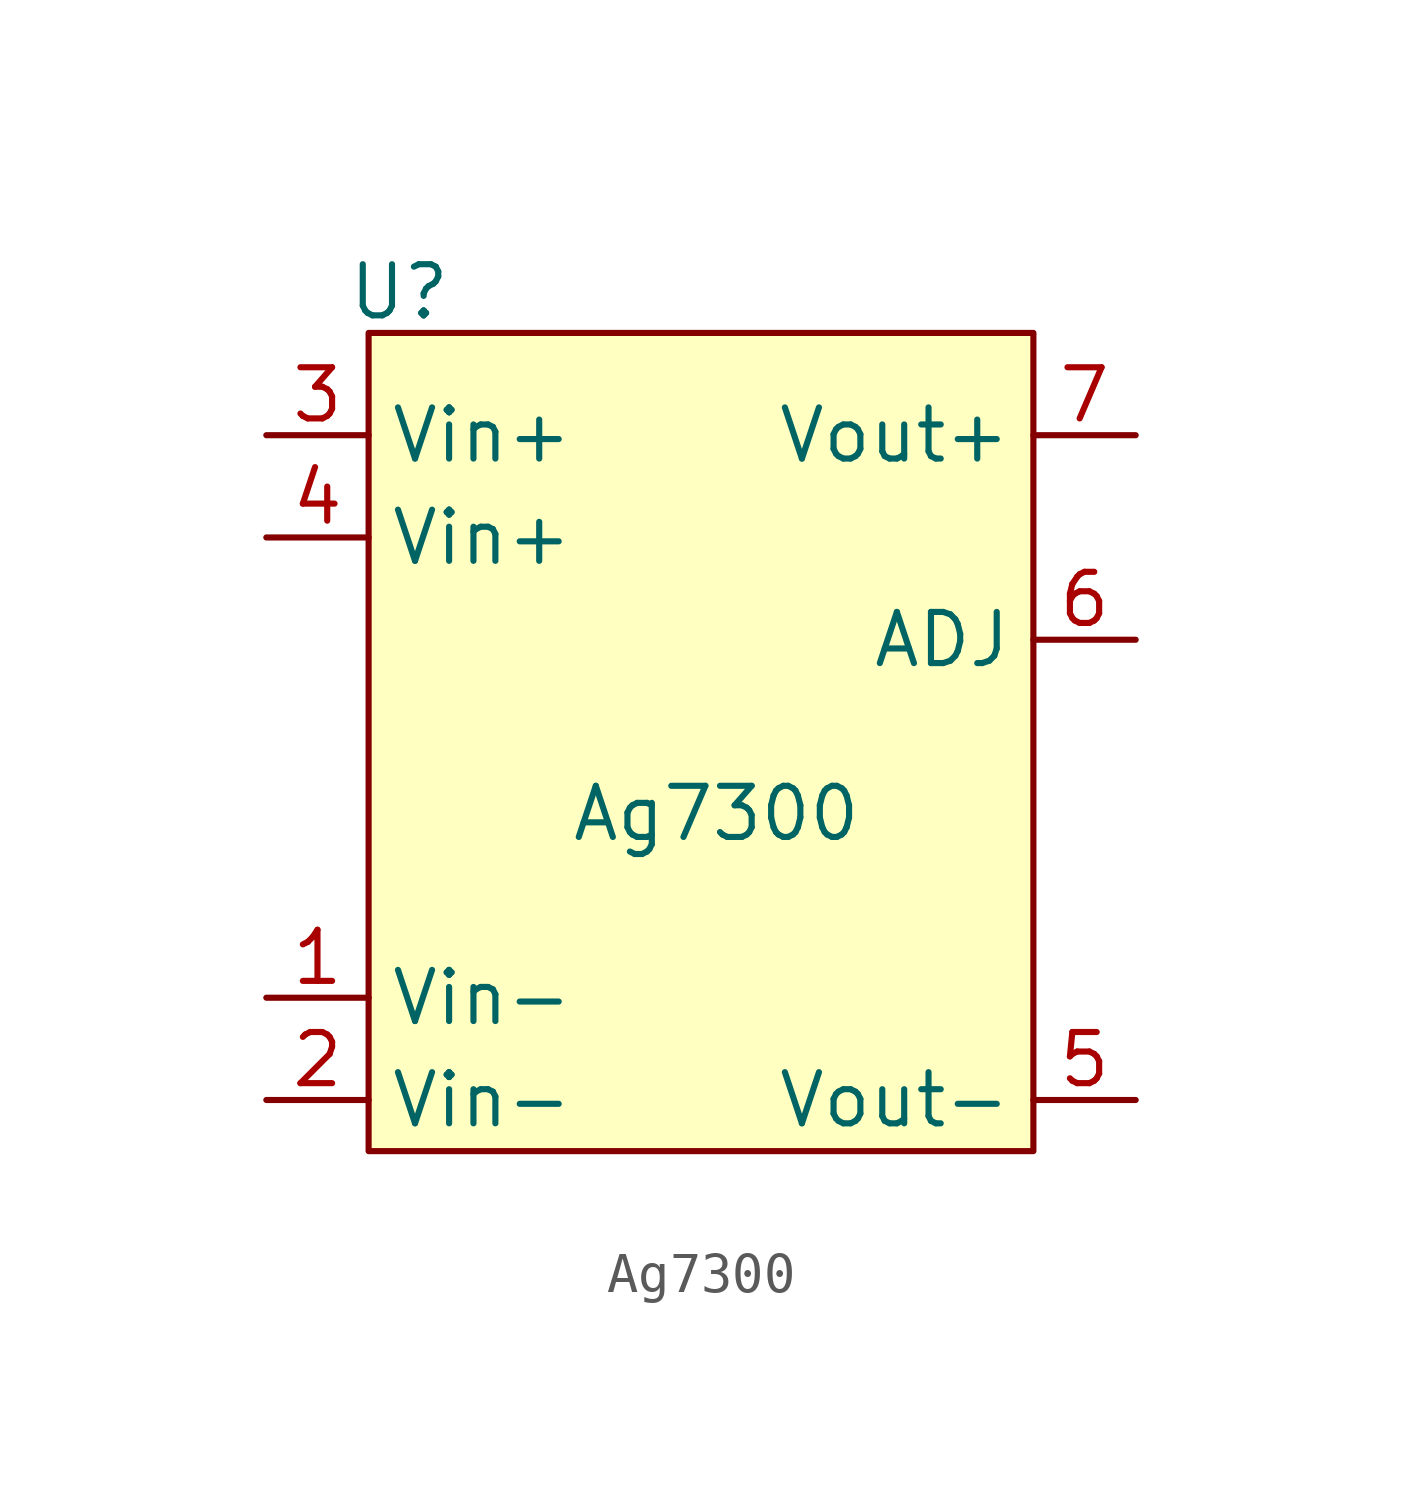
<source format=kicad_sym>
(kicad_symbol_lib
  (version 20241209)
  (generator "kicad_symbol_editor")
  (generator_version "9.0")
  (symbol "Ag7300"
    (property "Reference" "U"
      (at -8.128 11.176 0)
      (effects (font (size 1.27 1.27))))
    (property "Value" "Ag7300"
      (at -0.254 -1.778 0)
      (effects (font (size 1.27 1.27))))
    (symbol "Ag7300_1_1"
      (rectangle (start -8.89 10.16) (end 7.62 -10.16) (stroke (width 0) (type solid)) (fill (type background)))
      (pin power_in line (at -11.43 7.62 0) (length 2.54) (name "Vin+" (effects (font (size 1.27 1.27)))) (number "3" (effects (font (size 1.27 1.27)))))
      (pin power_in line (at -11.43 5.08 0) (length 2.54) (name "Vin+" (effects (font (size 1.27 1.27)))) (number "4" (effects (font (size 1.27 1.27)))))
      (pin power_in line (at -11.43 -6.35 0) (length 2.54) (name "Vin-" (effects (font (size 1.27 1.27)))) (number "1" (effects (font (size 1.27 1.27)))))
      (pin power_in line (at -11.43 -8.89 0) (length 2.54) (name "Vin-" (effects (font (size 1.27 1.27)))) (number "2" (effects (font (size 1.27 1.27)))))
      (pin power_out line (at 10.16 7.62 180) (length 2.54) (name "Vout+" (effects (font (size 1.27 1.27)))) (number "7" (effects (font (size 1.27 1.27)))))
      (pin passive line (at 10.16 2.54 180) (length 2.54) (name "ADJ" (effects (font (size 1.27 1.27)))) (number "6" (effects (font (size 1.27 1.27)))))
      (pin power_out line (at 10.16 -8.89 180) (length 2.54) (name "Vout-" (effects (font (size 1.27 1.27)))) (number "5" (effects (font (size 1.27 1.27))))))))
</source>
